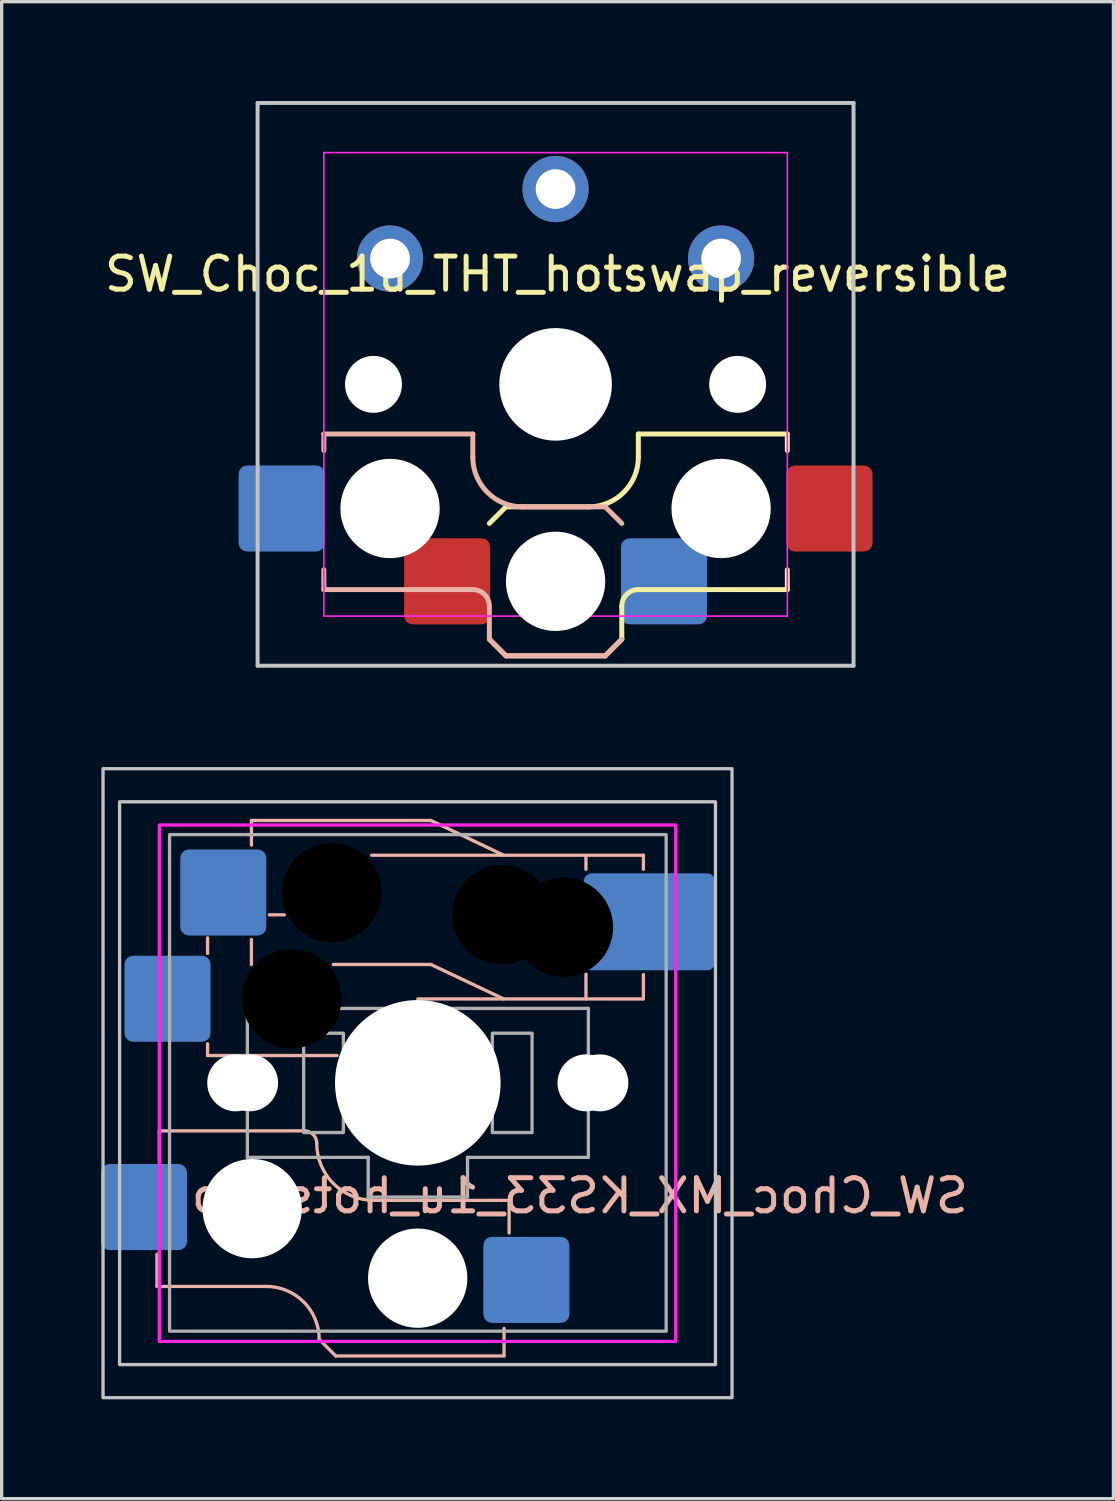
<source format=kicad_pcb>
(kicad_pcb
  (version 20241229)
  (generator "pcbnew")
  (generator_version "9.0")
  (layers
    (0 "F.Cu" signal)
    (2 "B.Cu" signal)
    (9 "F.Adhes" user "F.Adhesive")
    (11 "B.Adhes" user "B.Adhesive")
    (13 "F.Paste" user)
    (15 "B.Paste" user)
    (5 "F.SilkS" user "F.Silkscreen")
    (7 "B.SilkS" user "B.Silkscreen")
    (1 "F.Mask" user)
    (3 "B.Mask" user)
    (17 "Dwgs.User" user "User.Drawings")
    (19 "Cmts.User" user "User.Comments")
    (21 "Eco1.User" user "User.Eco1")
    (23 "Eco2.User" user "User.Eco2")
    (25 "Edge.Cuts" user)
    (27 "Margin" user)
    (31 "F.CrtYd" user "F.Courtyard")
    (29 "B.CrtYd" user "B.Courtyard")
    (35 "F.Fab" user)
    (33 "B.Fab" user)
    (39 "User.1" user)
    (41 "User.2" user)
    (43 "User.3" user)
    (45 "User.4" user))
  (footprint "SW_Choc_1u_THT_hotswap_reversible"
    (layer "F.Cu")
    (at 13.732 8.56)
    (property "Reference" "SW_Choc_1u_THT_hotswap_reversible" (at 0.06 -3.33 0) (layer "F.SilkS") (effects (font (size 1 1) (thickness 0.15))))
    (attr smd exclude_from_pos_files exclude_from_bom)
    (fp_line (start -2 4.2) (end -1.5 3.7) (stroke (width 0.15) (type solid)) (layer "F.SilkS"))
    (fp_line (start -2 7.7) (end -1.5 8.2) (stroke (width 0.15) (type solid)) (layer "F.SilkS"))
    (fp_line (start -1.5 3.7) (end 1 3.7) (stroke (width 0.15) (type solid)) (layer "F.SilkS"))
    (fp_line (start -1.5 8.2) (end 1.5 8.2) (stroke (width 0.15) (type solid)) (layer "F.SilkS"))
    (fp_line (start 1.5 8.2) (end 2 7.7) (stroke (width 0.15) (type solid)) (layer "F.SilkS"))
    (fp_line (start 2 6.7) (end 2 7.7) (stroke (width 0.15) (type solid)) (layer "F.SilkS"))
    (fp_line (start 2.5 1.5) (end 7 1.5) (stroke (width 0.15) (type solid)) (layer "F.SilkS"))
    (fp_line (start 2.5 2.2) (end 2.5 1.5) (stroke (width 0.15) (type solid)) (layer "F.SilkS"))
    (fp_line (start 7 1.5) (end 7 2) (stroke (width 0.15) (type solid)) (layer "F.SilkS"))
    (fp_line (start 7 5.6) (end 7 6.2) (stroke (width 0.15) (type solid)) (layer "F.SilkS"))
    (fp_line (start 7 6.2) (end 2.5 6.2) (stroke (width 0.15) (type solid)) (layer "F.SilkS"))
    (fp_arc (start 2 6.7) (mid 2.146447 6.346447) (end 2.5 6.2) (stroke (width 0.15) (type solid)) (layer "F.SilkS"))
    (fp_arc (start 2.5 2.2) (mid 2.06066 3.26066) (end 1 3.7) (stroke (width 0.15) (type solid)) (layer "F.SilkS"))
    (fp_line (start -7 1.5) (end -7 2) (stroke (width 0.15) (type solid)) (layer "B.SilkS"))
    (fp_line (start -7 5.6) (end -7 6.2) (stroke (width 0.15) (type solid)) (layer "B.SilkS"))
    (fp_line (start -7 6.2) (end -2.5 6.2) (stroke (width 0.15) (type solid)) (layer "B.SilkS"))
    (fp_line (start -2.5 1.5) (end -7 1.5) (stroke (width 0.15) (type solid)) (layer "B.SilkS"))
    (fp_line (start -2.5 2.2) (end -2.5 1.5) (stroke (width 0.15) (type solid)) (layer "B.SilkS"))
    (fp_line (start -2 6.7) (end -2 7.7) (stroke (width 0.15) (type solid)) (layer "B.SilkS"))
    (fp_line (start -1.5 8.2) (end -2 7.7) (stroke (width 0.15) (type solid)) (layer "B.SilkS"))
    (fp_line (start 1.5 3.7) (end -1 3.7) (stroke (width 0.15) (type solid)) (layer "B.SilkS"))
    (fp_line (start 1.5 8.2) (end -1.5 8.2) (stroke (width 0.15) (type solid)) (layer "B.SilkS"))
    (fp_line (start 2 4.2) (end 1.5 3.7) (stroke (width 0.15) (type solid)) (layer "B.SilkS"))
    (fp_line (start 2 7.7) (end 1.5 8.2) (stroke (width 0.15) (type solid)) (layer "B.SilkS"))
    (fp_arc (start -2.5 6.2) (mid -2.146447 6.346447) (end -2 6.7) (stroke (width 0.15) (type solid)) (layer "B.SilkS"))
    (fp_arc (start -1 3.7) (mid -2.06066 3.26066) (end -2.5 2.2) (stroke (width 0.15) (type solid)) (layer "B.SilkS"))
    (fp_line (start -9 -8.5) (end 9 -8.5) (stroke (width 0.12) (type solid)) (layer "Dwgs.User"))
    (fp_line (start -9 8.5) (end -9 -8.5) (stroke (width 0.12) (type solid)) (layer "Dwgs.User"))
    (fp_line (start 9 -8.5) (end 9 8.5) (stroke (width 0.12) (type solid)) (layer "Dwgs.User"))
    (fp_line (start 9 8.5) (end -9 8.5) (stroke (width 0.12) (type solid)) (layer "Dwgs.User"))
    (fp_line (start -7.5 -7.5) (end 7.5 -7.5) (stroke (width 0.15) (type solid)) (layer "Eco2.User"))
    (fp_line (start -7.5 7.5) (end -7.5 -7.5) (stroke (width 0.15) (type solid)) (layer "Eco2.User"))
    (fp_line (start -6.95 6.45) (end -6.95 -6.45) (stroke (width 0.05) (type solid)) (layer "Eco2.User"))
    (fp_line (start -6.45 -6.95) (end 6.45 -6.95) (stroke (width 0.05) (type solid)) (layer "Eco2.User"))
    (fp_line (start 6.45 6.95) (end -6.45 6.95) (stroke (width 0.05) (type solid)) (layer "Eco2.User"))
    (fp_line (start 6.95 -6.45) (end 6.95 6.45) (stroke (width 0.05) (type solid)) (layer "Eco2.User"))
    (fp_line (start 7.5 -7.5) (end 7.5 7.5) (stroke (width 0.15) (type solid)) (layer "Eco2.User"))
    (fp_line (start 7.5 7.5) (end -7.5 7.5) (stroke (width 0.15) (type solid)) (layer "Eco2.User"))
    (fp_arc (start -6.95 -6.45) (mid -6.803553 -6.803553) (end -6.45 -6.95) (stroke (width 0.05) (type solid)) (layer "Eco2.User"))
    (fp_arc (start -6.45 6.95) (mid -6.803553 6.803553) (end -6.95 6.45) (stroke (width 0.05) (type solid)) (layer "Eco2.User"))
    (fp_arc (start 6.45 -6.95) (mid 6.803553 -6.803553) (end 6.95 -6.45) (stroke (width 0.05) (type solid)) (layer "Eco2.User"))
    (fp_arc (start 6.95 6.45) (mid 6.803553 6.803553) (end 6.45 6.95) (stroke (width 0.05) (type solid)) (layer "Eco2.User"))
    (fp_line (start -7 -7) (end 7 -7) (stroke (width 0.05) (type solid)) (layer "F.CrtYd"))
    (fp_line (start -7 7) (end -7 -7) (stroke (width 0.05) (type solid)) (layer "F.CrtYd"))
    (fp_line (start 7 -7) (end 7 7) (stroke (width 0.05) (type solid)) (layer "F.CrtYd"))
    (fp_line (start 7 7) (end -7 7) (stroke (width 0.05) (type solid)) (layer "F.CrtYd"))
    (pad "" np_thru_hole circle (at -5.5 0) (size 1.72 1.72) (drill 1.72) (layers "*.Cu" "*.Mask"))
    (pad "" np_thru_hole circle (at -5 3.75) (size 3 3) (drill 3) (layers "*.Cu" "*.Mask"))
    (pad "" np_thru_hole circle (at 0 0 180) (size 3.4 3.4) (drill 3.4) (layers "*.Cu" "*.Mask"))
    (pad "" np_thru_hole circle (at 0 5.95) (size 3 3) (drill 3) (layers "*.Cu" "*.Mask"))
    (pad "" np_thru_hole circle (at 5 3.75) (size 3 3) (drill 3) (layers "*.Cu" "*.Mask"))
    (pad "" np_thru_hole circle (at 5.5 0) (size 1.72 1.72) (drill 1.72) (layers "*.Cu" "*.Mask"))
    (pad "1" smd roundrect (at -3.275 5.95) (size 2.6 2.6) (layers "F.Cu" "F.Mask" "F.Paste") (roundrect_rratio 0.1))
    (pad "1" thru_hole circle (at 0 -5.9) (size 2 2) (drill 1.2) (layers "*.Cu" "B.Mask"))
    (pad "1" smd roundrect (at 3.275 5.95) (size 2.6 2.6) (layers "B.Cu" "B.Mask" "B.Paste") (roundrect_rratio 0.1))
    (pad "2" smd roundrect (at -8.275 3.75) (size 2.6 2.6) (layers "B.Cu" "B.Mask" "B.Paste") (roundrect_rratio 0.1))
    (pad "2" thru_hole circle (at -5 -3.8) (size 2 2) (drill 1.2) (layers "*.Cu" "B.Mask"))
    (pad "2" thru_hole circle (at 5 -3.8) (size 2 2) (drill 1.2) (layers "*.Cu" "B.Mask"))
    (pad "2" smd roundrect (at 8.275 3.75) (size 2.6 2.6) (layers "F.Cu" "F.Mask" "F.Paste") (roundrect_rratio 0.1)))
  (footprint "SW_Choc_MX_KS33_1u_hotswap"
    (layer "F.Cu")
    (at 9.562 29.67)
    (property "Reference" "SW_Choc_MX_KS33_1u_hotswap" (at 4.9 3.4 0) (layer "B.SilkS") (effects (font (size 1 1) (thickness 0.15)) (justify mirror)))
    (attr smd exclude_from_pos_files exclude_from_bom)
    (fp_line (start -7.87 6.139) (end -4.595 6.139) (stroke (width 0.1) (type default)) (layer "B.SilkS"))
    (fp_line (start -7.87 6.13) (end -7.87 5.163) (stroke (width 0.1) (type default)) (layer "B.SilkS"))
    (fp_line (start -7.8 1.439) (end -3.42 1.439) (stroke (width 0.1) (type default)) (layer "B.SilkS"))
    (fp_line (start -7.798 1.44) (end -7.798 2.342) (stroke (width 0.1) (type default)) (layer "B.SilkS"))
    (fp_line (start -6.342 -3.921) (end -6.342 -4.391) (stroke (width 0.1) (type solid)) (layer "B.SilkS"))
    (fp_line (start -6.342 -0.836) (end -6.342 -1.191) (stroke (width 0.1) (type solid)) (layer "B.SilkS"))
    (fp_line (start -6.342 -0.836) (end -2.43 -0.836) (stroke (width 0.1) (type solid)) (layer "B.SilkS"))
    (fp_line (start -5.017 -7.936) (end 0.398 -7.936) (stroke (width 0.1) (type solid)) (layer "B.SilkS"))
    (fp_line (start -5.017 -7.191) (end -5.017 -7.936) (stroke (width 0.1) (type solid)) (layer "B.SilkS"))
    (fp_line (start -5.017 -3.586) (end -5.017 -4.341) (stroke (width 0.1) (type solid)) (layer "B.SilkS"))
    (fp_line (start -4.475 -5.086) (end -4.025 -5.086) (stroke (width 0.1) (type solid)) (layer "B.SilkS"))
    (fp_line (start -2.545 -3.586) (end 0.403 -3.586) (stroke (width 0.1) (type solid)) (layer "B.SilkS"))
    (fp_line (start -2.47 8.239) (end -2.97 7.739) (stroke (width 0.1) (type default)) (layer "B.SilkS"))
    (fp_line (start -1.32 3.539) (end 2.76 3.539) (stroke (width 0.1) (type default)) (layer "B.SilkS"))
    (fp_line (start 2.603 -6.886) (end 0.403 -7.936) (stroke (width 0.1) (type solid)) (layer "B.SilkS"))
    (fp_line (start 2.603 -2.546) (end 0.403 -3.586) (stroke (width 0.1) (type solid)) (layer "B.SilkS"))
    (fp_line (start 2.61 8.239) (end -2.47 8.239) (stroke (width 0.1) (type default)) (layer "B.SilkS"))
    (fp_line (start 2.613 7.406) (end 2.613 8.239) (stroke (width 0.1) (type default)) (layer "B.SilkS"))
    (fp_line (start 2.767 4.525) (end 2.767 3.539) (stroke (width 0.1) (type default)) (layer "B.SilkS"))
    (fp_line (start 5.088 -3.291) (end 5.088 -2.546) (stroke (width 0.1) (type solid)) (layer "B.SilkS"))
    (fp_line (start 5.088 -6.461) (end 5.088 -6.881) (stroke (width 0.1) (type solid)) (layer "B.SilkS"))
    (fp_line (start 6.815 -2.546) (end 0.01 -2.546) (stroke (width 0.1) (type solid)) (layer "B.SilkS"))
    (fp_line (start 6.823 -6.886) (end -1.385 -6.886) (stroke (width 0.1) (type solid)) (layer "B.SilkS"))
    (fp_line (start 6.823 -6.461) (end 6.823 -6.886) (stroke (width 0.1) (type solid)) (layer "B.SilkS"))
    (fp_line (start 6.823 -2.551) (end 6.823 -3.281) (stroke (width 0.1) (type solid)) (layer "B.SilkS"))
    (fp_arc (start -4.594859 6.138552) (mid -3.447224 6.598239) (end -2.969664 7.738552) (stroke (width 0.1) (type default)) (layer "B.SilkS"))
    (fp_arc (start -3.419664 1.438552) (mid -3.154499 1.548387) (end -3.044664 1.813552) (stroke (width 0.1) (type default)) (layer "B.SilkS"))
    (fp_arc (start -1.319664 3.538552) (mid -2.539423 3.033311) (end -3.044664 1.813552) (stroke (width 0.1) (type default)) (layer "B.SilkS"))
    (fp_rect (start -9.5 -9.5) (end 9.5 9.5) (stroke (width 0.1) (type default)) (fill no) (layer "Dwgs.User"))
    (fp_rect (start -9 -8.5) (end 9 8.5) (stroke (width 0.1) (type default)) (fill no) (layer "Dwgs.User"))
    (fp_rect (start -7.495 7.489) (end 7.505 -7.511) (stroke (width 0.1) (type solid)) (fill no) (layer "Eco2.User"))
    (fp_rect (start -7.8 -7.8) (end 7.8 7.8) (stroke (width 0.1) (type default)) (fill no) (layer "F.CrtYd"))
    (fp_line (start -5.14 -2.26) (end -5.14 2.24) (stroke (width 0.1) (type default)) (layer "F.Fab"))
    (fp_line (start -5.14 -2.26) (end 5.16 -2.26) (stroke (width 0.1) (type default)) (layer "F.Fab"))
    (fp_line (start -5.14 2.24) (end -1.49 2.24) (stroke (width 0.1) (type default)) (layer "F.Fab"))
    (fp_line (start -1.49 3.44) (end -1.49 2.24) (stroke (width 0.1) (type default)) (layer "F.Fab"))
    (fp_line (start 1.51 2.24) (end 1.51 3.44) (stroke (width 0.1) (type default)) (layer "F.Fab"))
    (fp_line (start 1.51 3.44) (end -1.49 3.44) (stroke (width 0.1) (type default)) (layer "F.Fab"))
    (fp_line (start 5.16 -2.26) (end 5.16 2.24) (stroke (width 0.1) (type default)) (layer "F.Fab"))
    (fp_line (start 5.16 2.24) (end 1.51 2.24) (stroke (width 0.1) (type default)) (layer "F.Fab"))
    (fp_rect (start -7.49 -7.51) (end 7.51 7.49) (stroke (width 0.1) (type solid)) (fill no) (layer "F.Fab"))
    (fp_rect (start -2.24 -1.51) (end -3.44 1.49) (stroke (width 0.1) (type default)) (fill no) (layer "F.Fab"))
    (fp_rect (start 3.46 -1.51) (end 2.26 1.49) (stroke (width 0.1) (type default)) (fill no) (layer "F.Fab"))
    (fp_poly (pts (xy -2.04 0.64) (xy -0.69 0.64) (xy -0.69 1.99) (xy 0.61 1.99) (xy 0.61 0.64) (xy 1.96 0.64) (xy 1.96 -0.66) (xy 0.61 -0.66) (xy 0.61 -2.01) (xy -0.69 -2.01) (xy -0.69 -0.66) (xy -2.04 -0.66)) (stroke (width 0.1) (type solid)) (fill no) (layer "F.Fab"))
    (pad "" np_thru_hole circle (at -5.492 -0.011 180) (size 1.72 1.72) (drill 1.72) (layers "*.Cu" "*.Mask"))
    (pad "" np_thru_hole circle (at -5.072 -0.011) (size 1.72 1.72) (drill 1.72) (layers "*.Cu" "*.Mask"))
    (pad "" np_thru_hole circle (at -4.995 3.789) (size 3 3) (drill 3) (layers "*.Cu" "*.Mask"))
    (pad "" np_thru_hole circle (at -3.802 -2.551 180) (size 3 3) (drill 3) (layers "*.Mask"))
    (pad "" np_thru_hole circle (at -2.592 -5.761 180) (size 3 3) (drill 3) (layers "*.Mask"))
    (pad "" np_thru_hole circle (at 0.005 5.889) (size 3 3) (drill 3) (layers "*.Cu" "*.Mask"))
    (pad "" np_thru_hole circle (at 0.008 -0.011 180) (size 5 5) (drill 5) (layers "*.Cu" "*.Mask"))
    (pad "" np_thru_hole circle (at 2.548 -5.091 180) (size 3 3) (drill 3) (layers "*.Mask"))
    (pad "" np_thru_hole circle (at 4.408 -4.711 180) (size 3 3) (drill 3) (layers "*.Mask"))
    (pad "" np_thru_hole circle (at 5.088 -0.011) (size 1.72 1.72) (drill 1.72) (layers "*.Cu" "*.Mask"))
    (pad "" np_thru_hole circle (at 5.508 -0.011 180) (size 1.72 1.72) (drill 1.72) (layers "*.Cu" "*.Mask"))
    (pad "1" smd roundrect (at 3.288 5.941) (size 2.6 2.6) (layers "B.Cu" "B.Mask" "B.Paste") (roundrect_rratio 0.1))
    (pad "1" smd roundrect (at 7.004 -4.876 180) (size 3.957 2.93) (layers "B.Cu" "B.Mask" "B.Paste") (roundrect_rratio 0.08))
    (pad "2" smd roundrect (at -8.262 3.741) (size 2.6 2.6) (layers "B.Cu" "B.Mask" "B.Paste") (roundrect_rratio 0.1))
    (pad "2" smd roundrect (at -7.552 -2.551) (size 2.6 2.6) (layers "B.Cu" "B.Mask" "B.Paste") (roundrect_rratio 0.1))
    (pad "2" smd roundrect (at -5.867 -5.761 180) (size 2.6 2.6) (layers "B.Cu" "B.Mask" "B.Paste") (roundrect_rratio 0.1)))
  (gr_rect
    (start -3 -3)
    (end 30.583 42.22)
    (stroke (width 0.1) (type default))
    (fill no)
    (layer "Edge.Cuts")))
</source>
